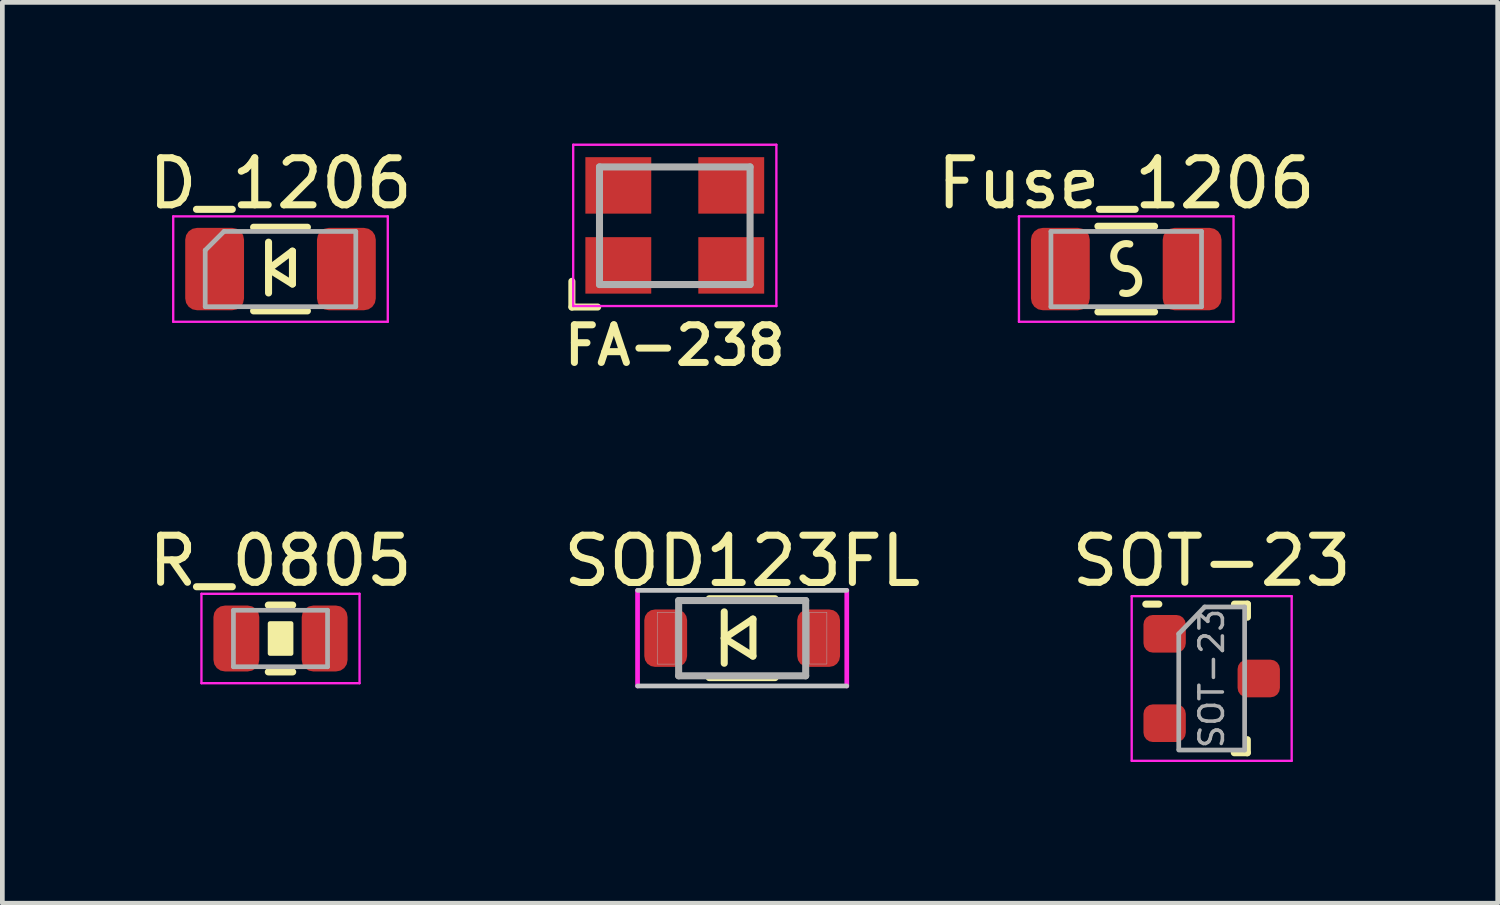
<source format=kicad_pcb>
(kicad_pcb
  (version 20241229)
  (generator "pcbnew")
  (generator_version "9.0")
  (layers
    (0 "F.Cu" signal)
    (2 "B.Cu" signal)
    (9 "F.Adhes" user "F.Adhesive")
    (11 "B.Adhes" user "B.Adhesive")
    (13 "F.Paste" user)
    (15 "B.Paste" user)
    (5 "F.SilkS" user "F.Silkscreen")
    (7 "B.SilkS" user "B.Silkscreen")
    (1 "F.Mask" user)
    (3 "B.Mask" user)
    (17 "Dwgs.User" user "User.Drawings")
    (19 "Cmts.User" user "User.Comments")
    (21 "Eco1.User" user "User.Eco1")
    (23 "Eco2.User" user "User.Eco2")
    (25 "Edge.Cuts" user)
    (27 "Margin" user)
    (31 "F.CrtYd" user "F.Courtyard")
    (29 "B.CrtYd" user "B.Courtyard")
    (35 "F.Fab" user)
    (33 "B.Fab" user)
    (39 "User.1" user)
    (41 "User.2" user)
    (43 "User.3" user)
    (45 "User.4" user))
  (footprint "SOD123FL"
    (layer "F.Cu")
    (at 12.722 10.512)
    (property "Reference" "SOD123FL" (at 0 -1.641 0) (layer "F.SilkS") (effects (font (size 1.004 1.004) (thickness 0.15))))
    (attr through_hole)
    (fp_line (start -0.7 -0.838) (end 0.7 -0.838) (stroke (width 0.15) (type solid)) (layer "F.SilkS"))
    (fp_line (start -0.7 0.838) (end 0.7 0.838) (stroke (width 0.15) (type solid)) (layer "F.SilkS"))
    (fp_line (start -0.381 -0.559) (end -0.381 0.533) (stroke (width 0.15) (type solid)) (layer "F.SilkS"))
    (fp_line (start -0.381 0) (end 0.229 -0.406) (stroke (width 0.15) (type solid)) (layer "F.SilkS"))
    (fp_line (start -0.381 0) (end 0.229 0.381) (stroke (width 0.15) (type solid)) (layer "F.SilkS"))
    (fp_line (start 0.229 -0.406) (end 0.229 0.381) (stroke (width 0.15) (type solid)) (layer "F.SilkS"))
    (fp_line (start -2.223 -1.016) (end 2.223 -1.016) (stroke (width 0.1) (type solid)) (layer "Dwgs.User"))
    (fp_line (start -2.223 1.016) (end 2.223 1.016) (stroke (width 0.1) (type solid)) (layer "Dwgs.User"))
    (fp_line (start -2.223 -1.016) (end -2.223 1.016) (stroke (width 0.1) (type solid)) (layer "F.CrtYd"))
    (fp_line (start 2.223 -1.016) (end 2.223 1.016) (stroke (width 0.1) (type solid)) (layer "F.CrtYd"))
    (fp_line (start -1.35 -0.8) (end 1.35 -0.8) (stroke (width 0.15) (type solid)) (layer "F.Fab"))
    (fp_line (start -1.35 0.8) (end -1.35 -0.8) (stroke (width 0.15) (type solid)) (layer "F.Fab"))
    (fp_line (start 1.35 -0.8) (end 1.35 0.8) (stroke (width 0.15) (type solid)) (layer "F.Fab"))
    (fp_line (start 1.35 0.8) (end -1.35 0.8) (stroke (width 0.15) (type solid)) (layer "F.Fab"))
    (fp_poly (pts (xy -1.805 -0.55) (xy -1.425 -0.55) (xy -1.425 0.551) (xy -1.805 0.551)) (stroke (width 0.01) (type solid)) (fill no) (layer "F.Fab"))
    (fp_poly (pts (xy 1.426 -0.55) (xy 1.8 -0.55) (xy 1.8 0.55) (xy 1.426 0.55)) (stroke (width 0.01) (type solid)) (fill no) (layer "F.Fab"))
    (pad "1" smd roundrect (at -1.625 0) (size 0.91 1.22) (layers "F.Cu" "F.Mask" "F.Paste") (roundrect_rratio 0.25))
    (pad "2" smd roundrect (at 1.625 0) (size 0.91 1.22) (layers "F.Cu" "F.Mask" "F.Paste") (roundrect_rratio 0.25)))
  (footprint "FA-238"
    (layer "F.Cu")
    (at 11.29 1.74)
    (property "Reference" "FA-238" (at 0 2.55 0) (layer "F.SilkS") (effects (font (size 0.8 0.8) (thickness 0.15))))
    (attr through_hole)
    (fp_line (start -2.187 1.189) (end -2.187 1.735) (stroke (width 0.15) (type solid)) (layer "F.SilkS"))
    (fp_line (start -1.639 1.735) (end -2.185 1.735) (stroke (width 0.15) (type solid)) (layer "F.SilkS"))
    (fp_line (start -2.159 -1.714) (end -2.159 1.714) (stroke (width 0.05) (type solid)) (layer "F.CrtYd"))
    (fp_line (start -2.159 1.714) (end 2.159 1.714) (stroke (width 0.05) (type solid)) (layer "F.CrtYd"))
    (fp_line (start 2.159 -1.714) (end -2.159 -1.714) (stroke (width 0.05) (type solid)) (layer "F.CrtYd"))
    (fp_line (start 2.159 1.714) (end 2.159 -1.714) (stroke (width 0.05) (type solid)) (layer "F.CrtYd"))
    (fp_line (start -1.6 -1.243) (end 1.6 -1.243) (stroke (width 0.15) (type solid)) (layer "F.Fab"))
    (fp_line (start -1.6 1.257) (end -1.6 -1.243) (stroke (width 0.15) (type solid)) (layer "F.Fab"))
    (fp_line (start -1.6 1.257) (end 1.6 1.257) (stroke (width 0.15) (type solid)) (layer "F.Fab"))
    (fp_line (start 1.6 1.257) (end 1.6 -1.243) (stroke (width 0.15) (type solid)) (layer "F.Fab"))
    (pad "1" smd rect (at -1.1 0.8) (size 1.4 1.2) (drill (offset -0.1 0.05)) (layers "F.Cu" "F.Mask" "F.Paste"))
    (pad "2" smd rect (at 1.1 -0.8) (size 1.4 1.2) (drill (offset 0.1 -0.05)) (layers "F.Cu" "F.Mask" "F.Paste"))
    (pad "3" smd rect (at -1.1 -0.8) (size 1.4 1.2) (drill (offset -0.1 -0.05)) (layers "F.Cu" "F.Mask" "F.Paste"))
    (pad "3" smd rect (at 1.1 0.8) (size 1.4 1.2) (drill (offset 0.1 0.05)) (layers "F.Cu" "F.Mask" "F.Paste")))
  (footprint "D_1206"
    (layer "F.Cu")
    (at 2.911 2.668)
    (property "Reference" "D_1206" (at 0 -1.82 0) (layer "F.SilkS") (effects (font (size 1 1) (thickness 0.15))))
    (attr smd)
    (fp_line (start -0.572 -0.889) (end 0.572 -0.889) (stroke (width 0.15) (type solid)) (layer "F.SilkS"))
    (fp_line (start -0.572 0.889) (end 0.572 0.889) (stroke (width 0.15) (type solid)) (layer "F.SilkS"))
    (fp_line (start -0.254 -0.572) (end -0.254 0.508) (stroke (width 0.15) (type solid)) (layer "F.SilkS"))
    (fp_line (start 0.254 -0.381) (end -0.254 0) (stroke (width 0.15) (type solid)) (layer "F.SilkS"))
    (fp_line (start 0.254 -0.381) (end 0.254 0.318) (stroke (width 0.15) (type solid)) (layer "F.SilkS"))
    (fp_line (start 0.254 0.318) (end -0.254 0) (stroke (width 0.15) (type solid)) (layer "F.SilkS"))
    (fp_line (start -2.28 -1.12) (end -2.28 1.12) (stroke (width 0.05) (type solid)) (layer "F.CrtYd"))
    (fp_line (start -2.28 -1.12) (end 2.28 -1.12) (stroke (width 0.05) (type solid)) (layer "F.CrtYd"))
    (fp_line (start 2.28 -1.12) (end 2.28 1.12) (stroke (width 0.05) (type solid)) (layer "F.CrtYd"))
    (fp_line (start 2.28 1.12) (end -2.28 1.12) (stroke (width 0.05) (type solid)) (layer "F.CrtYd"))
    (fp_line (start -1.6 -0.4) (end -1.6 0.8) (stroke (width 0.1) (type solid)) (layer "F.Fab"))
    (fp_line (start -1.6 0.8) (end 1.6 0.8) (stroke (width 0.1) (type solid)) (layer "F.Fab"))
    (fp_line (start -1.2 -0.8) (end -1.6 -0.4) (stroke (width 0.1) (type solid)) (layer "F.Fab"))
    (fp_line (start 1.6 -0.8) (end -1.2 -0.8) (stroke (width 0.1) (type solid)) (layer "F.Fab"))
    (fp_line (start 1.6 0.8) (end 1.6 -0.8) (stroke (width 0.1) (type solid)) (layer "F.Fab"))
    (pad "1" smd roundrect (at -1.4 0) (size 1.25 1.75) (layers "F.Cu" "F.Mask" "F.Paste") (roundrect_rratio 0.2))
    (pad "2" smd roundrect (at 1.4 0) (size 1.25 1.75) (layers "F.Cu" "F.Mask" "F.Paste") (roundrect_rratio 0.2)))
  (footprint "SOT-23"
    (layer "F.Cu")
    (at 22.7 11.369)
    (property "Reference" "SOT-23" (at 0 -2.5 0) (layer "F.SilkS") (effects (font (size 1 1) (thickness 0.15))))
    (attr smd)
    (fp_line (start -1.123 -1.58) (end -1.4 -1.58) (stroke (width 0.15) (type solid)) (layer "F.SilkS"))
    (fp_line (start 0.757 1.578) (end 0.48 1.578) (stroke (width 0.15) (type solid)) (layer "F.SilkS"))
    (fp_line (start 0.757 1.578) (end 0.757 1.3) (stroke (width 0.15) (type solid)) (layer "F.SilkS"))
    (fp_line (start 0.76 -1.58) (end 0.483 -1.58) (stroke (width 0.15) (type solid)) (layer "F.SilkS"))
    (fp_line (start 0.76 -1.58) (end 0.76 -1.303) (stroke (width 0.15) (type solid)) (layer "F.SilkS"))
    (fp_line (start -1.7 -1.75) (end 1.7 -1.75) (stroke (width 0.05) (type solid)) (layer "F.CrtYd"))
    (fp_line (start -1.7 1.75) (end -1.7 -1.75) (stroke (width 0.05) (type solid)) (layer "F.CrtYd"))
    (fp_line (start 1.7 -1.75) (end 1.7 1.75) (stroke (width 0.05) (type solid)) (layer "F.CrtYd"))
    (fp_line (start 1.7 1.75) (end -1.7 1.75) (stroke (width 0.05) (type solid)) (layer "F.CrtYd"))
    (fp_line (start -0.7 -0.95) (end -0.7 1.5) (stroke (width 0.1) (type solid)) (layer "F.Fab"))
    (fp_line (start -0.7 -0.95) (end -0.15 -1.52) (stroke (width 0.1) (type solid)) (layer "F.Fab"))
    (fp_line (start -0.7 1.52) (end 0.7 1.52) (stroke (width 0.1) (type solid)) (layer "F.Fab"))
    (fp_line (start -0.15 -1.52) (end 0.7 -1.52) (stroke (width 0.1) (type solid)) (layer "F.Fab"))
    (fp_line (start 0.7 -1.52) (end 0.7 1.52) (stroke (width 0.1) (type solid)) (layer "F.Fab"))
    (fp_text user "${REFERENCE}" (at 0 0 90) (layer "F.Fab") (effects (font (size 0.5 0.5) (thickness 0.075))))
    (pad "1" smd roundrect (at -1 -0.95) (size 0.9 0.8) (layers "F.Cu" "F.Mask" "F.Paste") (roundrect_rratio 0.25))
    (pad "2" smd roundrect (at -1 0.95) (size 0.9 0.8) (layers "F.Cu" "F.Mask" "F.Paste") (roundrect_rratio 0.25))
    (pad "3" smd roundrect (at 1 0) (size 0.9 0.8) (layers "F.Cu" "F.Mask" "F.Paste") (roundrect_rratio 0.25)))
  (footprint "R_0805"
    (layer "F.Cu")
    (at 2.911 10.519)
    (property "Reference" "R_0805" (at 0 -1.65 0) (layer "F.SilkS") (effects (font (size 1 1) (thickness 0.15))))
    (attr smd)
    (fp_line (start -0.259 -0.71) (end 0.259 -0.71) (stroke (width 0.15) (type solid)) (layer "F.SilkS"))
    (fp_line (start -0.259 0.71) (end 0.259 0.71) (stroke (width 0.15) (type solid)) (layer "F.SilkS"))
    (fp_poly (pts (xy 0.224 0.318) (xy -0.221 0.318) (xy -0.221 -0.318) (xy 0.224 -0.318)) (stroke (width 0.1) (type solid)) (fill yes) (layer "F.SilkS"))
    (fp_line (start -1.68 -0.95) (end 1.68 -0.95) (stroke (width 0.05) (type solid)) (layer "F.CrtYd"))
    (fp_line (start -1.68 0.95) (end -1.68 -0.95) (stroke (width 0.05) (type solid)) (layer "F.CrtYd"))
    (fp_line (start 1.68 -0.95) (end 1.68 0.95) (stroke (width 0.05) (type solid)) (layer "F.CrtYd"))
    (fp_line (start 1.68 0.95) (end -1.68 0.95) (stroke (width 0.05) (type solid)) (layer "F.CrtYd"))
    (fp_line (start -1 -0.6) (end 1 -0.6) (stroke (width 0.1) (type solid)) (layer "F.Fab"))
    (fp_line (start -1 0.6) (end -1 -0.6) (stroke (width 0.1) (type solid)) (layer "F.Fab"))
    (fp_line (start 1 -0.6) (end 1 0.6) (stroke (width 0.1) (type solid)) (layer "F.Fab"))
    (fp_line (start 1 0.6) (end -1 0.6) (stroke (width 0.1) (type solid)) (layer "F.Fab"))
    (pad "1" smd roundrect (at -0.938 0) (size 0.975 1.4) (layers "F.Cu" "F.Mask" "F.Paste") (roundrect_rratio 0.25))
    (pad "2" smd roundrect (at 0.938 0) (size 0.975 1.4) (layers "F.Cu" "F.Mask" "F.Paste") (roundrect_rratio 0.25)))
  (footprint "Fuse_1206"
    (layer "F.Cu")
    (at 20.884 2.668)
    (property "Reference" "Fuse_1206" (at 0 -1.82 0) (layer "F.SilkS") (effects (font (size 1 1) (thickness 0.15))))
    (attr smd)
    (fp_line (start -0.602 -0.91) (end 0.602 -0.91) (stroke (width 0.15) (type solid)) (layer "F.SilkS"))
    (fp_line (start -0.602 0.91) (end 0.602 0.91) (stroke (width 0.15) (type solid)) (layer "F.SilkS"))
    (fp_arc (start 0 -0.011184) (mid 0.262373 0.292508) (end -0.0762 0.508) (stroke (width 0.15) (type solid)) (layer "F.SilkS"))
    (fp_arc (start 0 -0.011184) (mid -0.262373 -0.314876) (end 0.0762 -0.530368) (stroke (width 0.15) (type solid)) (layer "F.SilkS"))
    (fp_line (start -2.28 -1.12) (end 2.28 -1.12) (stroke (width 0.05) (type solid)) (layer "F.CrtYd"))
    (fp_line (start -2.28 1.12) (end -2.28 -1.12) (stroke (width 0.05) (type solid)) (layer "F.CrtYd"))
    (fp_line (start 2.28 -1.12) (end 2.28 1.12) (stroke (width 0.05) (type solid)) (layer "F.CrtYd"))
    (fp_line (start 2.28 1.12) (end -2.28 1.12) (stroke (width 0.05) (type solid)) (layer "F.CrtYd"))
    (fp_line (start -1.6 -0.8) (end 1.6 -0.8) (stroke (width 0.1) (type solid)) (layer "F.Fab"))
    (fp_line (start -1.6 0.8) (end -1.6 -0.8) (stroke (width 0.1) (type solid)) (layer "F.Fab"))
    (fp_line (start 1.6 -0.8) (end 1.6 0.8) (stroke (width 0.1) (type solid)) (layer "F.Fab"))
    (fp_line (start 1.6 0.8) (end -1.6 0.8) (stroke (width 0.1) (type solid)) (layer "F.Fab"))
    (pad "1" smd roundrect (at -1.4 0) (size 1.25 1.75) (layers "F.Cu" "F.Mask" "F.Paste") (roundrect_rratio 0.2))
    (pad "2" smd roundrect (at 1.4 0) (size 1.25 1.75) (layers "F.Cu" "F.Mask" "F.Paste") (roundrect_rratio 0.2)))
  (gr_rect
    (start -3 -3)
    (end 28.778 16.144)
    (stroke (width 0.1) (type default))
    (fill no)
    (layer "Edge.Cuts")))
</source>
